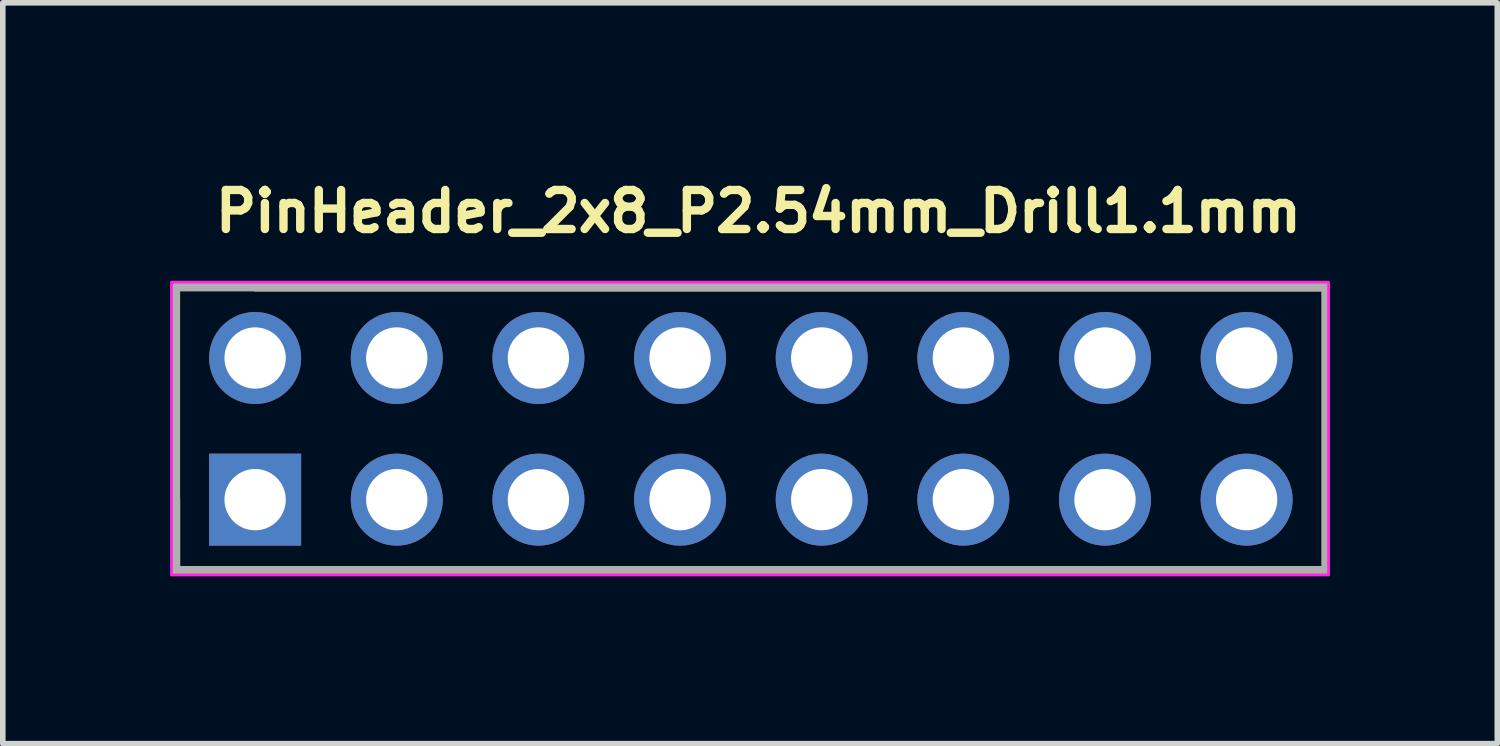
<source format=kicad_pcb>
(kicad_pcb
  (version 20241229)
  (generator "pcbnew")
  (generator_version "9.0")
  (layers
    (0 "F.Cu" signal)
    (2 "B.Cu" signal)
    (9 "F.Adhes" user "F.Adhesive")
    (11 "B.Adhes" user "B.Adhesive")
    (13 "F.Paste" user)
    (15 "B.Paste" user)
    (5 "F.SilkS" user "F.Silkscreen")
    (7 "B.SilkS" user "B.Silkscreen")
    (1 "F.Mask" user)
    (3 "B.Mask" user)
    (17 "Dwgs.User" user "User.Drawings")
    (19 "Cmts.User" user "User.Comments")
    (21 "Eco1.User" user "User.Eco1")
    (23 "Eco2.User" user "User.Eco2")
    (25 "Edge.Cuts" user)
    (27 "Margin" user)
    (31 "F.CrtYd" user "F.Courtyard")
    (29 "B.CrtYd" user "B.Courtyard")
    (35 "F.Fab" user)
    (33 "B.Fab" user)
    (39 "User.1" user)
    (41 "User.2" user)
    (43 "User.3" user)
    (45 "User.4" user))
  (footprint "PinHeader_2x8_P2.54mm_Drill1.1mm"
    (layer "F.Cu")
    (at 1.525 5.91)
    (property "Reference" "PinHeader_2x8_P2.54mm_Drill1.1mm" (at -0.79 -4.76 0) (unlocked yes) (layer "F.SilkS") (effects (font (size 0.7 0.7) (thickness 0.15)) (justify left bottom)))
    (attr through_hole)
    (fp_line (start -1.42 0) (end -1.42 1.27) (stroke (width 0.15) (type solid)) (layer "F.SilkS"))
    (fp_line (start -1.42 1.27) (end 19.2 1.27) (stroke (width 0.15) (type solid)) (layer "F.SilkS"))
    (fp_line (start 19.2 -3.81) (end 0 -3.81) (stroke (width 0.15) (type solid)) (layer "F.SilkS"))
    (fp_line (start 19.2 1.27) (end 19.2 -3.81) (stroke (width 0.15) (type solid)) (layer "F.SilkS"))
    (fp_rect (start -1.5 -3.9) (end 19.25 1.35) (stroke (width 0.05) (type solid)) (fill no) (layer "F.CrtYd"))
    (fp_line (start -1.42 -3.81) (end 19.2 -3.81) (stroke (width 0.15) (type solid)) (layer "F.Fab"))
    (fp_line (start -1.42 1.27) (end -1.42 -3.81) (stroke (width 0.15) (type solid)) (layer "F.Fab"))
    (fp_line (start 19.2 -3.81) (end 19.2 1.27) (stroke (width 0.15) (type solid)) (layer "F.Fab"))
    (fp_line (start 19.2 1.27) (end -1.42 1.27) (stroke (width 0.15) (type solid)) (layer "F.Fab"))
    (fp_rect (start -1.27 -3.81) (end 19.05 1.27) (stroke (width 0.1) (type solid)) (fill no) (layer "User.5"))
    (fp_line (start -1.27 -3.81) (end 1.045 -3.81) (stroke (width 0.02) (type solid)) (layer "User.9"))
    (fp_line (start -1.27 1.27) (end -1.27 -3.81) (stroke (width 0.02) (type solid)) (layer "User.9"))
    (fp_line (start -1.27 1.27) (end 1.045 1.27) (stroke (width 0.02) (type solid)) (layer "User.9"))
    (fp_line (start -0.32 -2.86) (end -0.064 -2.604) (stroke (width 0.02) (type solid)) (layer "User.9"))
    (fp_line (start -0.32 -2.86) (end 0.32 -2.86) (stroke (width 0.02) (type solid)) (layer "User.9"))
    (fp_line (start -0.32 -2.22) (end -0.32 -2.86) (stroke (width 0.02) (type solid)) (layer "User.9"))
    (fp_line (start -0.32 -2.22) (end -0.064 -2.476) (stroke (width 0.02) (type solid)) (layer "User.9"))
    (fp_line (start -0.32 -2.22) (end 0.32 -2.22) (stroke (width 0.02) (type solid)) (layer "User.9"))
    (fp_line (start -0.32 -0.32) (end -0.064 -0.064) (stroke (width 0.02) (type solid)) (layer "User.9"))
    (fp_line (start -0.32 -0.32) (end 0.32 -0.32) (stroke (width 0.02) (type solid)) (layer "User.9"))
    (fp_line (start -0.32 0.32) (end -0.32 -0.32) (stroke (width 0.02) (type solid)) (layer "User.9"))
    (fp_line (start -0.32 0.32) (end -0.064 0.064) (stroke (width 0.02) (type solid)) (layer "User.9"))
    (fp_line (start -0.32 0.32) (end 0.32 0.32) (stroke (width 0.02) (type solid)) (layer "User.9"))
    (fp_line (start -0.064 -2.604) (end 0.064 -2.604) (stroke (width 0.02) (type solid)) (layer "User.9"))
    (fp_line (start -0.064 -2.476) (end -0.064 -2.604) (stroke (width 0.02) (type solid)) (layer "User.9"))
    (fp_line (start -0.064 -2.476) (end 0.064 -2.476) (stroke (width 0.02) (type solid)) (layer "User.9"))
    (fp_line (start -0.064 -0.064) (end 0.064 -0.064) (stroke (width 0.02) (type solid)) (layer "User.9"))
    (fp_line (start -0.064 0.064) (end -0.064 -0.064) (stroke (width 0.02) (type solid)) (layer "User.9"))
    (fp_line (start -0.064 0.064) (end 0.064 0.064) (stroke (width 0.02) (type solid)) (layer "User.9"))
    (fp_line (start 0.064 -2.476) (end 0.064 -2.604) (stroke (width 0.02) (type solid)) (layer "User.9"))
    (fp_line (start 0.064 0.064) (end 0.064 -0.064) (stroke (width 0.02) (type solid)) (layer "User.9"))
    (fp_line (start 0.32 -2.86) (end 0.064 -2.604) (stroke (width 0.02) (type solid)) (layer "User.9"))
    (fp_line (start 0.32 -2.22) (end 0.064 -2.476) (stroke (width 0.02) (type solid)) (layer "User.9"))
    (fp_line (start 0.32 -2.22) (end 0.32 -2.86) (stroke (width 0.02) (type solid)) (layer "User.9"))
    (fp_line (start 0.32 -0.32) (end 0.064 -0.064) (stroke (width 0.02) (type solid)) (layer "User.9"))
    (fp_line (start 0.32 0.32) (end 0.064 0.064) (stroke (width 0.02) (type solid)) (layer "User.9"))
    (fp_line (start 0.32 0.32) (end 0.32 -0.32) (stroke (width 0.02) (type solid)) (layer "User.9"))
    (fp_line (start 1.045 -3.81) (end 1.27 -3.585) (stroke (width 0.02) (type solid)) (layer "User.9"))
    (fp_line (start 1.045 1.27) (end 1.045 -3.81) (stroke (width 0.02) (type solid)) (layer "User.9"))
    (fp_line (start 1.045 1.27) (end 1.27 1.045) (stroke (width 0.02) (type solid)) (layer "User.9"))
    (fp_line (start 1.27 1.045) (end 1.27 -3.585) (stroke (width 0.02) (type solid)) (layer "User.9"))
    (fp_line (start 1.495 -3.81) (end 1.27 -3.585) (stroke (width 0.02) (type solid)) (layer "User.9"))
    (fp_line (start 1.495 -3.81) (end 3.585 -3.81) (stroke (width 0.02) (type solid)) (layer "User.9"))
    (fp_line (start 1.495 1.27) (end 1.27 1.045) (stroke (width 0.02) (type solid)) (layer "User.9"))
    (fp_line (start 1.495 1.27) (end 1.495 -3.81) (stroke (width 0.02) (type solid)) (layer "User.9"))
    (fp_line (start 1.495 1.27) (end 3.585 1.27) (stroke (width 0.02) (type solid)) (layer "User.9"))
    (fp_line (start 2.22 -2.86) (end 2.476 -2.604) (stroke (width 0.02) (type solid)) (layer "User.9"))
    (fp_line (start 2.22 -2.86) (end 2.86 -2.86) (stroke (width 0.02) (type solid)) (layer "User.9"))
    (fp_line (start 2.22 -2.22) (end 2.22 -2.86) (stroke (width 0.02) (type solid)) (layer "User.9"))
    (fp_line (start 2.22 -2.22) (end 2.476 -2.476) (stroke (width 0.02) (type solid)) (layer "User.9"))
    (fp_line (start 2.22 -2.22) (end 2.86 -2.22) (stroke (width 0.02) (type solid)) (layer "User.9"))
    (fp_line (start 2.22 -0.32) (end 2.476 -0.064) (stroke (width 0.02) (type solid)) (layer "User.9"))
    (fp_line (start 2.22 -0.32) (end 2.86 -0.32) (stroke (width 0.02) (type solid)) (layer "User.9"))
    (fp_line (start 2.22 0.32) (end 2.22 -0.32) (stroke (width 0.02) (type solid)) (layer "User.9"))
    (fp_line (start 2.22 0.32) (end 2.476 0.064) (stroke (width 0.02) (type solid)) (layer "User.9"))
    (fp_line (start 2.22 0.32) (end 2.86 0.32) (stroke (width 0.02) (type solid)) (layer "User.9"))
    (fp_line (start 2.476 -2.604) (end 2.604 -2.604) (stroke (width 0.02) (type solid)) (layer "User.9"))
    (fp_line (start 2.476 -2.476) (end 2.476 -2.604) (stroke (width 0.02) (type solid)) (layer "User.9"))
    (fp_line (start 2.476 -2.476) (end 2.604 -2.476) (stroke (width 0.02) (type solid)) (layer "User.9"))
    (fp_line (start 2.476 -0.064) (end 2.604 -0.064) (stroke (width 0.02) (type solid)) (layer "User.9"))
    (fp_line (start 2.476 0.064) (end 2.476 -0.064) (stroke (width 0.02) (type solid)) (layer "User.9"))
    (fp_line (start 2.476 0.064) (end 2.604 0.064) (stroke (width 0.02) (type solid)) (layer "User.9"))
    (fp_line (start 2.604 -2.476) (end 2.604 -2.604) (stroke (width 0.02) (type solid)) (layer "User.9"))
    (fp_line (start 2.604 0.064) (end 2.604 -0.064) (stroke (width 0.02) (type solid)) (layer "User.9"))
    (fp_line (start 2.86 -2.86) (end 2.604 -2.604) (stroke (width 0.02) (type solid)) (layer "User.9"))
    (fp_line (start 2.86 -2.22) (end 2.604 -2.476) (stroke (width 0.02) (type solid)) (layer "User.9"))
    (fp_line (start 2.86 -2.22) (end 2.86 -2.86) (stroke (width 0.02) (type solid)) (layer "User.9"))
    (fp_line (start 2.86 -0.32) (end 2.604 -0.064) (stroke (width 0.02) (type solid)) (layer "User.9"))
    (fp_line (start 2.86 0.32) (end 2.604 0.064) (stroke (width 0.02) (type solid)) (layer "User.9"))
    (fp_line (start 2.86 0.32) (end 2.86 -0.32) (stroke (width 0.02) (type solid)) (layer "User.9"))
    (fp_line (start 3.585 -3.81) (end 3.81 -3.585) (stroke (width 0.02) (type solid)) (layer "User.9"))
    (fp_line (start 3.585 1.27) (end 3.585 -3.81) (stroke (width 0.02) (type solid)) (layer "User.9"))
    (fp_line (start 3.585 1.27) (end 3.81 1.045) (stroke (width 0.02) (type solid)) (layer "User.9"))
    (fp_line (start 3.81 1.045) (end 3.81 -3.585) (stroke (width 0.02) (type solid)) (layer "User.9"))
    (fp_line (start 4.035 -3.81) (end 3.81 -3.585) (stroke (width 0.02) (type solid)) (layer "User.9"))
    (fp_line (start 4.035 -3.81) (end 6.125 -3.81) (stroke (width 0.02) (type solid)) (layer "User.9"))
    (fp_line (start 4.035 1.27) (end 3.81 1.045) (stroke (width 0.02) (type solid)) (layer "User.9"))
    (fp_line (start 4.035 1.27) (end 4.035 -3.81) (stroke (width 0.02) (type solid)) (layer "User.9"))
    (fp_line (start 4.035 1.27) (end 6.125 1.27) (stroke (width 0.02) (type solid)) (layer "User.9"))
    (fp_line (start 4.76 -2.86) (end 5.016 -2.604) (stroke (width 0.02) (type solid)) (layer "User.9"))
    (fp_line (start 4.76 -2.86) (end 5.4 -2.86) (stroke (width 0.02) (type solid)) (layer "User.9"))
    (fp_line (start 4.76 -2.22) (end 4.76 -2.86) (stroke (width 0.02) (type solid)) (layer "User.9"))
    (fp_line (start 4.76 -2.22) (end 5.016 -2.476) (stroke (width 0.02) (type solid)) (layer "User.9"))
    (fp_line (start 4.76 -2.22) (end 5.4 -2.22) (stroke (width 0.02) (type solid)) (layer "User.9"))
    (fp_line (start 4.76 -0.32) (end 5.016 -0.064) (stroke (width 0.02) (type solid)) (layer "User.9"))
    (fp_line (start 4.76 -0.32) (end 5.4 -0.32) (stroke (width 0.02) (type solid)) (layer "User.9"))
    (fp_line (start 4.76 0.32) (end 4.76 -0.32) (stroke (width 0.02) (type solid)) (layer "User.9"))
    (fp_line (start 4.76 0.32) (end 5.016 0.064) (stroke (width 0.02) (type solid)) (layer "User.9"))
    (fp_line (start 4.76 0.32) (end 5.4 0.32) (stroke (width 0.02) (type solid)) (layer "User.9"))
    (fp_line (start 5.016 -2.604) (end 5.144 -2.604) (stroke (width 0.02) (type solid)) (layer "User.9"))
    (fp_line (start 5.016 -2.476) (end 5.016 -2.604) (stroke (width 0.02) (type solid)) (layer "User.9"))
    (fp_line (start 5.016 -2.476) (end 5.144 -2.476) (stroke (width 0.02) (type solid)) (layer "User.9"))
    (fp_line (start 5.016 -0.064) (end 5.144 -0.064) (stroke (width 0.02) (type solid)) (layer "User.9"))
    (fp_line (start 5.016 0.064) (end 5.016 -0.064) (stroke (width 0.02) (type solid)) (layer "User.9"))
    (fp_line (start 5.016 0.064) (end 5.144 0.064) (stroke (width 0.02) (type solid)) (layer "User.9"))
    (fp_line (start 5.144 -2.476) (end 5.144 -2.604) (stroke (width 0.02) (type solid)) (layer "User.9"))
    (fp_line (start 5.144 0.064) (end 5.144 -0.064) (stroke (width 0.02) (type solid)) (layer "User.9"))
    (fp_line (start 5.4 -2.86) (end 5.144 -2.604) (stroke (width 0.02) (type solid)) (layer "User.9"))
    (fp_line (start 5.4 -2.22) (end 5.144 -2.476) (stroke (width 0.02) (type solid)) (layer "User.9"))
    (fp_line (start 5.4 -2.22) (end 5.4 -2.86) (stroke (width 0.02) (type solid)) (layer "User.9"))
    (fp_line (start 5.4 -0.32) (end 5.144 -0.064) (stroke (width 0.02) (type solid)) (layer "User.9"))
    (fp_line (start 5.4 0.32) (end 5.144 0.064) (stroke (width 0.02) (type solid)) (layer "User.9"))
    (fp_line (start 5.4 0.32) (end 5.4 -0.32) (stroke (width 0.02) (type solid)) (layer "User.9"))
    (fp_line (start 6.125 -3.81) (end 6.35 -3.585) (stroke (width 0.02) (type solid)) (layer "User.9"))
    (fp_line (start 6.125 1.27) (end 6.125 -3.81) (stroke (width 0.02) (type solid)) (layer "User.9"))
    (fp_line (start 6.125 1.27) (end 6.35 1.045) (stroke (width 0.02) (type solid)) (layer "User.9"))
    (fp_line (start 6.35 1.045) (end 6.35 -3.585) (stroke (width 0.02) (type solid)) (layer "User.9"))
    (fp_line (start 6.575 -3.81) (end 6.35 -3.585) (stroke (width 0.02) (type solid)) (layer "User.9"))
    (fp_line (start 6.575 -3.81) (end 8.665 -3.81) (stroke (width 0.02) (type solid)) (layer "User.9"))
    (fp_line (start 6.575 1.27) (end 6.35 1.045) (stroke (width 0.02) (type solid)) (layer "User.9"))
    (fp_line (start 6.575 1.27) (end 6.575 -3.81) (stroke (width 0.02) (type solid)) (layer "User.9"))
    (fp_line (start 6.575 1.27) (end 8.665 1.27) (stroke (width 0.02) (type solid)) (layer "User.9"))
    (fp_line (start 7.3 -2.86) (end 7.556 -2.604) (stroke (width 0.02) (type solid)) (layer "User.9"))
    (fp_line (start 7.3 -2.86) (end 7.94 -2.86) (stroke (width 0.02) (type solid)) (layer "User.9"))
    (fp_line (start 7.3 -2.22) (end 7.3 -2.86) (stroke (width 0.02) (type solid)) (layer "User.9"))
    (fp_line (start 7.3 -2.22) (end 7.556 -2.476) (stroke (width 0.02) (type solid)) (layer "User.9"))
    (fp_line (start 7.3 -2.22) (end 7.94 -2.22) (stroke (width 0.02) (type solid)) (layer "User.9"))
    (fp_line (start 7.3 -0.32) (end 7.556 -0.064) (stroke (width 0.02) (type solid)) (layer "User.9"))
    (fp_line (start 7.3 -0.32) (end 7.94 -0.32) (stroke (width 0.02) (type solid)) (layer "User.9"))
    (fp_line (start 7.3 0.32) (end 7.3 -0.32) (stroke (width 0.02) (type solid)) (layer "User.9"))
    (fp_line (start 7.3 0.32) (end 7.556 0.064) (stroke (width 0.02) (type solid)) (layer "User.9"))
    (fp_line (start 7.3 0.32) (end 7.94 0.32) (stroke (width 0.02) (type solid)) (layer "User.9"))
    (fp_line (start 7.556 -2.604) (end 7.684 -2.604) (stroke (width 0.02) (type solid)) (layer "User.9"))
    (fp_line (start 7.556 -2.476) (end 7.556 -2.604) (stroke (width 0.02) (type solid)) (layer "User.9"))
    (fp_line (start 7.556 -2.476) (end 7.684 -2.476) (stroke (width 0.02) (type solid)) (layer "User.9"))
    (fp_line (start 7.556 -0.064) (end 7.684 -0.064) (stroke (width 0.02) (type solid)) (layer "User.9"))
    (fp_line (start 7.556 0.064) (end 7.556 -0.064) (stroke (width 0.02) (type solid)) (layer "User.9"))
    (fp_line (start 7.556 0.064) (end 7.684 0.064) (stroke (width 0.02) (type solid)) (layer "User.9"))
    (fp_line (start 7.684 -2.476) (end 7.684 -2.604) (stroke (width 0.02) (type solid)) (layer "User.9"))
    (fp_line (start 7.684 0.064) (end 7.684 -0.064) (stroke (width 0.02) (type solid)) (layer "User.9"))
    (fp_line (start 7.94 -2.86) (end 7.684 -2.604) (stroke (width 0.02) (type solid)) (layer "User.9"))
    (fp_line (start 7.94 -2.22) (end 7.684 -2.476) (stroke (width 0.02) (type solid)) (layer "User.9"))
    (fp_line (start 7.94 -2.22) (end 7.94 -2.86) (stroke (width 0.02) (type solid)) (layer "User.9"))
    (fp_line (start 7.94 -0.32) (end 7.684 -0.064) (stroke (width 0.02) (type solid)) (layer "User.9"))
    (fp_line (start 7.94 0.32) (end 7.684 0.064) (stroke (width 0.02) (type solid)) (layer "User.9"))
    (fp_line (start 7.94 0.32) (end 7.94 -0.32) (stroke (width 0.02) (type solid)) (layer "User.9"))
    (fp_line (start 8.665 -3.81) (end 8.89 -3.585) (stroke (width 0.02) (type solid)) (layer "User.9"))
    (fp_line (start 8.665 1.27) (end 8.665 -3.81) (stroke (width 0.02) (type solid)) (layer "User.9"))
    (fp_line (start 8.665 1.27) (end 8.89 1.045) (stroke (width 0.02) (type solid)) (layer "User.9"))
    (fp_line (start 8.89 1.045) (end 8.89 -3.585) (stroke (width 0.02) (type solid)) (layer "User.9"))
    (fp_line (start 9.115 -3.81) (end 8.89 -3.585) (stroke (width 0.02) (type solid)) (layer "User.9"))
    (fp_line (start 9.115 -3.81) (end 11.206 -3.81) (stroke (width 0.02) (type solid)) (layer "User.9"))
    (fp_line (start 9.115 1.27) (end 8.89 1.045) (stroke (width 0.02) (type solid)) (layer "User.9"))
    (fp_line (start 9.115 1.27) (end 9.115 -3.81) (stroke (width 0.02) (type solid)) (layer "User.9"))
    (fp_line (start 9.115 1.27) (end 11.206 1.27) (stroke (width 0.02) (type solid)) (layer "User.9"))
    (fp_line (start 9.84 -2.86) (end 10.096 -2.604) (stroke (width 0.02) (type solid)) (layer "User.9"))
    (fp_line (start 9.84 -2.86) (end 10.48 -2.86) (stroke (width 0.02) (type solid)) (layer "User.9"))
    (fp_line (start 9.84 -2.22) (end 9.84 -2.86) (stroke (width 0.02) (type solid)) (layer "User.9"))
    (fp_line (start 9.84 -2.22) (end 10.096 -2.476) (stroke (width 0.02) (type solid)) (layer "User.9"))
    (fp_line (start 9.84 -2.22) (end 10.48 -2.22) (stroke (width 0.02) (type solid)) (layer "User.9"))
    (fp_line (start 9.84 -0.32) (end 10.096 -0.064) (stroke (width 0.02) (type solid)) (layer "User.9"))
    (fp_line (start 9.84 -0.32) (end 10.48 -0.32) (stroke (width 0.02) (type solid)) (layer "User.9"))
    (fp_line (start 9.84 0.32) (end 9.84 -0.32) (stroke (width 0.02) (type solid)) (layer "User.9"))
    (fp_line (start 9.84 0.32) (end 10.096 0.064) (stroke (width 0.02) (type solid)) (layer "User.9"))
    (fp_line (start 9.84 0.32) (end 10.48 0.32) (stroke (width 0.02) (type solid)) (layer "User.9"))
    (fp_line (start 10.096 -2.604) (end 10.224 -2.604) (stroke (width 0.02) (type solid)) (layer "User.9"))
    (fp_line (start 10.096 -2.476) (end 10.096 -2.604) (stroke (width 0.02) (type solid)) (layer "User.9"))
    (fp_line (start 10.096 -2.476) (end 10.224 -2.476) (stroke (width 0.02) (type solid)) (layer "User.9"))
    (fp_line (start 10.096 -0.064) (end 10.224 -0.064) (stroke (width 0.02) (type solid)) (layer "User.9"))
    (fp_line (start 10.096 0.064) (end 10.096 -0.064) (stroke (width 0.02) (type solid)) (layer "User.9"))
    (fp_line (start 10.096 0.064) (end 10.224 0.064) (stroke (width 0.02) (type solid)) (layer "User.9"))
    (fp_line (start 10.224 -2.476) (end 10.224 -2.604) (stroke (width 0.02) (type solid)) (layer "User.9"))
    (fp_line (start 10.224 0.064) (end 10.224 -0.064) (stroke (width 0.02) (type solid)) (layer "User.9"))
    (fp_line (start 10.48 -2.86) (end 10.224 -2.604) (stroke (width 0.02) (type solid)) (layer "User.9"))
    (fp_line (start 10.48 -2.22) (end 10.224 -2.476) (stroke (width 0.02) (type solid)) (layer "User.9"))
    (fp_line (start 10.48 -2.22) (end 10.48 -2.86) (stroke (width 0.02) (type solid)) (layer "User.9"))
    (fp_line (start 10.48 -0.32) (end 10.224 -0.064) (stroke (width 0.02) (type solid)) (layer "User.9"))
    (fp_line (start 10.48 0.32) (end 10.224 0.064) (stroke (width 0.02) (type solid)) (layer "User.9"))
    (fp_line (start 10.48 0.32) (end 10.48 -0.32) (stroke (width 0.02) (type solid)) (layer "User.9"))
    (fp_line (start 11.206 -3.81) (end 11.43 -3.585) (stroke (width 0.02) (type solid)) (layer "User.9"))
    (fp_line (start 11.206 1.27) (end 11.206 -3.81) (stroke (width 0.02) (type solid)) (layer "User.9"))
    (fp_line (start 11.206 1.27) (end 11.43 1.045) (stroke (width 0.02) (type solid)) (layer "User.9"))
    (fp_line (start 11.43 1.045) (end 11.43 -3.585) (stroke (width 0.02) (type solid)) (layer "User.9"))
    (fp_line (start 11.654 -3.81) (end 11.43 -3.585) (stroke (width 0.02) (type solid)) (layer "User.9"))
    (fp_line (start 11.654 -3.81) (end 13.746 -3.81) (stroke (width 0.02) (type solid)) (layer "User.9"))
    (fp_line (start 11.654 1.27) (end 11.43 1.045) (stroke (width 0.02) (type solid)) (layer "User.9"))
    (fp_line (start 11.654 1.27) (end 11.654 -3.81) (stroke (width 0.02) (type solid)) (layer "User.9"))
    (fp_line (start 11.654 1.27) (end 13.746 1.27) (stroke (width 0.02) (type solid)) (layer "User.9"))
    (fp_line (start 12.38 -2.86) (end 12.636 -2.604) (stroke (width 0.02) (type solid)) (layer "User.9"))
    (fp_line (start 12.38 -2.86) (end 13.02 -2.86) (stroke (width 0.02) (type solid)) (layer "User.9"))
    (fp_line (start 12.38 -2.22) (end 12.38 -2.86) (stroke (width 0.02) (type solid)) (layer "User.9"))
    (fp_line (start 12.38 -2.22) (end 12.636 -2.476) (stroke (width 0.02) (type solid)) (layer "User.9"))
    (fp_line (start 12.38 -2.22) (end 13.02 -2.22) (stroke (width 0.02) (type solid)) (layer "User.9"))
    (fp_line (start 12.38 -0.32) (end 12.636 -0.064) (stroke (width 0.02) (type solid)) (layer "User.9"))
    (fp_line (start 12.38 -0.32) (end 13.02 -0.32) (stroke (width 0.02) (type solid)) (layer "User.9"))
    (fp_line (start 12.38 0.32) (end 12.38 -0.32) (stroke (width 0.02) (type solid)) (layer "User.9"))
    (fp_line (start 12.38 0.32) (end 12.636 0.064) (stroke (width 0.02) (type solid)) (layer "User.9"))
    (fp_line (start 12.38 0.32) (end 13.02 0.32) (stroke (width 0.02) (type solid)) (layer "User.9"))
    (fp_line (start 12.636 -2.604) (end 12.764 -2.604) (stroke (width 0.02) (type solid)) (layer "User.9"))
    (fp_line (start 12.636 -2.476) (end 12.636 -2.604) (stroke (width 0.02) (type solid)) (layer "User.9"))
    (fp_line (start 12.636 -2.476) (end 12.764 -2.476) (stroke (width 0.02) (type solid)) (layer "User.9"))
    (fp_line (start 12.636 -0.064) (end 12.764 -0.064) (stroke (width 0.02) (type solid)) (layer "User.9"))
    (fp_line (start 12.636 0.064) (end 12.636 -0.064) (stroke (width 0.02) (type solid)) (layer "User.9"))
    (fp_line (start 12.636 0.064) (end 12.764 0.064) (stroke (width 0.02) (type solid)) (layer "User.9"))
    (fp_line (start 12.764 -2.476) (end 12.764 -2.604) (stroke (width 0.02) (type solid)) (layer "User.9"))
    (fp_line (start 12.764 0.064) (end 12.764 -0.064) (stroke (width 0.02) (type solid)) (layer "User.9"))
    (fp_line (start 13.02 -2.86) (end 12.764 -2.604) (stroke (width 0.02) (type solid)) (layer "User.9"))
    (fp_line (start 13.02 -2.22) (end 12.764 -2.476) (stroke (width 0.02) (type solid)) (layer "User.9"))
    (fp_line (start 13.02 -2.22) (end 13.02 -2.86) (stroke (width 0.02) (type solid)) (layer "User.9"))
    (fp_line (start 13.02 -0.32) (end 12.764 -0.064) (stroke (width 0.02) (type solid)) (layer "User.9"))
    (fp_line (start 13.02 0.32) (end 12.764 0.064) (stroke (width 0.02) (type solid)) (layer "User.9"))
    (fp_line (start 13.02 0.32) (end 13.02 -0.32) (stroke (width 0.02) (type solid)) (layer "User.9"))
    (fp_line (start 13.746 -3.81) (end 13.97 -3.585) (stroke (width 0.02) (type solid)) (layer "User.9"))
    (fp_line (start 13.746 1.27) (end 13.746 -3.81) (stroke (width 0.02) (type solid)) (layer "User.9"))
    (fp_line (start 13.746 1.27) (end 13.97 1.045) (stroke (width 0.02) (type solid)) (layer "User.9"))
    (fp_line (start 13.97 1.045) (end 13.97 -3.585) (stroke (width 0.02) (type solid)) (layer "User.9"))
    (fp_line (start 14.194 -3.81) (end 13.97 -3.585) (stroke (width 0.02) (type solid)) (layer "User.9"))
    (fp_line (start 14.194 -3.81) (end 16.285 -3.81) (stroke (width 0.02) (type solid)) (layer "User.9"))
    (fp_line (start 14.194 1.27) (end 13.97 1.045) (stroke (width 0.02) (type solid)) (layer "User.9"))
    (fp_line (start 14.194 1.27) (end 14.194 -3.81) (stroke (width 0.02) (type solid)) (layer "User.9"))
    (fp_line (start 14.194 1.27) (end 16.285 1.27) (stroke (width 0.02) (type solid)) (layer "User.9"))
    (fp_line (start 14.92 -2.86) (end 15.176 -2.604) (stroke (width 0.02) (type solid)) (layer "User.9"))
    (fp_line (start 14.92 -2.86) (end 15.56 -2.86) (stroke (width 0.02) (type solid)) (layer "User.9"))
    (fp_line (start 14.92 -2.22) (end 14.92 -2.86) (stroke (width 0.02) (type solid)) (layer "User.9"))
    (fp_line (start 14.92 -2.22) (end 15.176 -2.476) (stroke (width 0.02) (type solid)) (layer "User.9"))
    (fp_line (start 14.92 -2.22) (end 15.56 -2.22) (stroke (width 0.02) (type solid)) (layer "User.9"))
    (fp_line (start 14.92 -0.32) (end 15.176 -0.064) (stroke (width 0.02) (type solid)) (layer "User.9"))
    (fp_line (start 14.92 -0.32) (end 15.56 -0.32) (stroke (width 0.02) (type solid)) (layer "User.9"))
    (fp_line (start 14.92 0.32) (end 14.92 -0.32) (stroke (width 0.02) (type solid)) (layer "User.9"))
    (fp_line (start 14.92 0.32) (end 15.176 0.064) (stroke (width 0.02) (type solid)) (layer "User.9"))
    (fp_line (start 14.92 0.32) (end 15.56 0.32) (stroke (width 0.02) (type solid)) (layer "User.9"))
    (fp_line (start 15.176 -2.604) (end 15.304 -2.604) (stroke (width 0.02) (type solid)) (layer "User.9"))
    (fp_line (start 15.176 -2.476) (end 15.176 -2.604) (stroke (width 0.02) (type solid)) (layer "User.9"))
    (fp_line (start 15.176 -2.476) (end 15.304 -2.476) (stroke (width 0.02) (type solid)) (layer "User.9"))
    (fp_line (start 15.176 -0.064) (end 15.304 -0.064) (stroke (width 0.02) (type solid)) (layer "User.9"))
    (fp_line (start 15.176 0.064) (end 15.176 -0.064) (stroke (width 0.02) (type solid)) (layer "User.9"))
    (fp_line (start 15.176 0.064) (end 15.304 0.064) (stroke (width 0.02) (type solid)) (layer "User.9"))
    (fp_line (start 15.304 -2.476) (end 15.304 -2.604) (stroke (width 0.02) (type solid)) (layer "User.9"))
    (fp_line (start 15.304 0.064) (end 15.304 -0.064) (stroke (width 0.02) (type solid)) (layer "User.9"))
    (fp_line (start 15.56 -2.86) (end 15.304 -2.604) (stroke (width 0.02) (type solid)) (layer "User.9"))
    (fp_line (start 15.56 -2.22) (end 15.304 -2.476) (stroke (width 0.02) (type solid)) (layer "User.9"))
    (fp_line (start 15.56 -2.22) (end 15.56 -2.86) (stroke (width 0.02) (type solid)) (layer "User.9"))
    (fp_line (start 15.56 -0.32) (end 15.304 -0.064) (stroke (width 0.02) (type solid)) (layer "User.9"))
    (fp_line (start 15.56 0.32) (end 15.304 0.064) (stroke (width 0.02) (type solid)) (layer "User.9"))
    (fp_line (start 15.56 0.32) (end 15.56 -0.32) (stroke (width 0.02) (type solid)) (layer "User.9"))
    (fp_line (start 16.285 -3.81) (end 16.51 -3.585) (stroke (width 0.02) (type solid)) (layer "User.9"))
    (fp_line (start 16.285 1.27) (end 16.285 -3.81) (stroke (width 0.02) (type solid)) (layer "User.9"))
    (fp_line (start 16.285 1.27) (end 16.51 1.045) (stroke (width 0.02) (type solid)) (layer "User.9"))
    (fp_line (start 16.51 1.045) (end 16.51 -3.585) (stroke (width 0.02) (type solid)) (layer "User.9"))
    (fp_line (start 16.735 -3.81) (end 16.51 -3.585) (stroke (width 0.02) (type solid)) (layer "User.9"))
    (fp_line (start 16.735 -3.81) (end 19.05 -3.81) (stroke (width 0.02) (type solid)) (layer "User.9"))
    (fp_line (start 16.735 1.27) (end 16.51 1.045) (stroke (width 0.02) (type solid)) (layer "User.9"))
    (fp_line (start 16.735 1.27) (end 16.735 -3.81) (stroke (width 0.02) (type solid)) (layer "User.9"))
    (fp_line (start 16.735 1.27) (end 19.05 1.27) (stroke (width 0.02) (type solid)) (layer "User.9"))
    (fp_line (start 17.46 -2.86) (end 17.716 -2.604) (stroke (width 0.02) (type solid)) (layer "User.9"))
    (fp_line (start 17.46 -2.86) (end 18.1 -2.86) (stroke (width 0.02) (type solid)) (layer "User.9"))
    (fp_line (start 17.46 -2.22) (end 17.46 -2.86) (stroke (width 0.02) (type solid)) (layer "User.9"))
    (fp_line (start 17.46 -2.22) (end 17.716 -2.476) (stroke (width 0.02) (type solid)) (layer "User.9"))
    (fp_line (start 17.46 -2.22) (end 18.1 -2.22) (stroke (width 0.02) (type solid)) (layer "User.9"))
    (fp_line (start 17.46 -0.32) (end 17.716 -0.064) (stroke (width 0.02) (type solid)) (layer "User.9"))
    (fp_line (start 17.46 -0.32) (end 18.1 -0.32) (stroke (width 0.02) (type solid)) (layer "User.9"))
    (fp_line (start 17.46 0.32) (end 17.46 -0.32) (stroke (width 0.02) (type solid)) (layer "User.9"))
    (fp_line (start 17.46 0.32) (end 17.716 0.064) (stroke (width 0.02) (type solid)) (layer "User.9"))
    (fp_line (start 17.46 0.32) (end 18.1 0.32) (stroke (width 0.02) (type solid)) (layer "User.9"))
    (fp_line (start 17.716 -2.604) (end 17.844 -2.604) (stroke (width 0.02) (type solid)) (layer "User.9"))
    (fp_line (start 17.716 -2.476) (end 17.716 -2.604) (stroke (width 0.02) (type solid)) (layer "User.9"))
    (fp_line (start 17.716 -2.476) (end 17.844 -2.476) (stroke (width 0.02) (type solid)) (layer "User.9"))
    (fp_line (start 17.716 -0.064) (end 17.844 -0.064) (stroke (width 0.02) (type solid)) (layer "User.9"))
    (fp_line (start 17.716 0.064) (end 17.716 -0.064) (stroke (width 0.02) (type solid)) (layer "User.9"))
    (fp_line (start 17.716 0.064) (end 17.844 0.064) (stroke (width 0.02) (type solid)) (layer "User.9"))
    (fp_line (start 17.844 -2.476) (end 17.844 -2.604) (stroke (width 0.02) (type solid)) (layer "User.9"))
    (fp_line (start 17.844 0.064) (end 17.844 -0.064) (stroke (width 0.02) (type solid)) (layer "User.9"))
    (fp_line (start 18.1 -2.86) (end 17.844 -2.604) (stroke (width 0.02) (type solid)) (layer "User.9"))
    (fp_line (start 18.1 -2.22) (end 17.844 -2.476) (stroke (width 0.02) (type solid)) (layer "User.9"))
    (fp_line (start 18.1 -2.22) (end 18.1 -2.86) (stroke (width 0.02) (type solid)) (layer "User.9"))
    (fp_line (start 18.1 -0.32) (end 17.844 -0.064) (stroke (width 0.02) (type solid)) (layer "User.9"))
    (fp_line (start 18.1 0.32) (end 17.844 0.064) (stroke (width 0.02) (type solid)) (layer "User.9"))
    (fp_line (start 18.1 0.32) (end 18.1 -0.32) (stroke (width 0.02) (type solid)) (layer "User.9"))
    (fp_line (start 19.05 1.27) (end 19.05 -3.81) (stroke (width 0.02) (type solid)) (layer "User.9"))
    (pad "1" thru_hole rect (at 0 0) (size 1.65 1.65) (drill 1.1) (layers "*.Cu" "*.Mask"))
    (pad "2" thru_hole circle (at 0 -2.54) (size 1.65 1.65) (drill 1.1) (layers "*.Cu" "*.Mask"))
    (pad "3" thru_hole circle (at 2.54 0) (size 1.65 1.65) (drill 1.1) (layers "*.Cu" "*.Mask"))
    (pad "4" thru_hole circle (at 2.54 -2.54) (size 1.65 1.65) (drill 1.1) (layers "*.Cu" "*.Mask"))
    (pad "5" thru_hole circle (at 5.08 0) (size 1.65 1.65) (drill 1.1) (layers "*.Cu" "*.Mask"))
    (pad "6" thru_hole circle (at 5.08 -2.54) (size 1.65 1.65) (drill 1.1) (layers "*.Cu" "*.Mask"))
    (pad "7" thru_hole circle (at 7.62 0) (size 1.65 1.65) (drill 1.1) (layers "*.Cu" "*.Mask"))
    (pad "8" thru_hole circle (at 7.62 -2.54) (size 1.65 1.65) (drill 1.1) (layers "*.Cu" "*.Mask"))
    (pad "9" thru_hole circle (at 10.16 0) (size 1.65 1.65) (drill 1.1) (layers "*.Cu" "*.Mask"))
    (pad "10" thru_hole circle (at 10.16 -2.54) (size 1.65 1.65) (drill 1.1) (layers "*.Cu" "*.Mask"))
    (pad "11" thru_hole circle (at 12.7 0) (size 1.65 1.65) (drill 1.1) (layers "*.Cu" "*.Mask"))
    (pad "12" thru_hole circle (at 12.7 -2.54) (size 1.65 1.65) (drill 1.1) (layers "*.Cu" "*.Mask"))
    (pad "13" thru_hole circle (at 15.24 0) (size 1.65 1.65) (drill 1.1) (layers "*.Cu" "*.Mask"))
    (pad "14" thru_hole circle (at 15.24 -2.54) (size 1.65 1.65) (drill 1.1) (layers "*.Cu" "*.Mask"))
    (pad "15" thru_hole circle (at 17.78 0) (size 1.65 1.65) (drill 1.1) (layers "*.Cu" "*.Mask"))
    (pad "16" thru_hole circle (at 17.78 -2.54) (size 1.65 1.65) (drill 1.1) (layers "*.Cu" "*.Mask")))
  (gr_rect
    (start -3 -3)
    (end 23.8 10.285)
    (stroke (width 0.1) (type default))
    (fill no)
    (layer "Edge.Cuts")))
</source>
